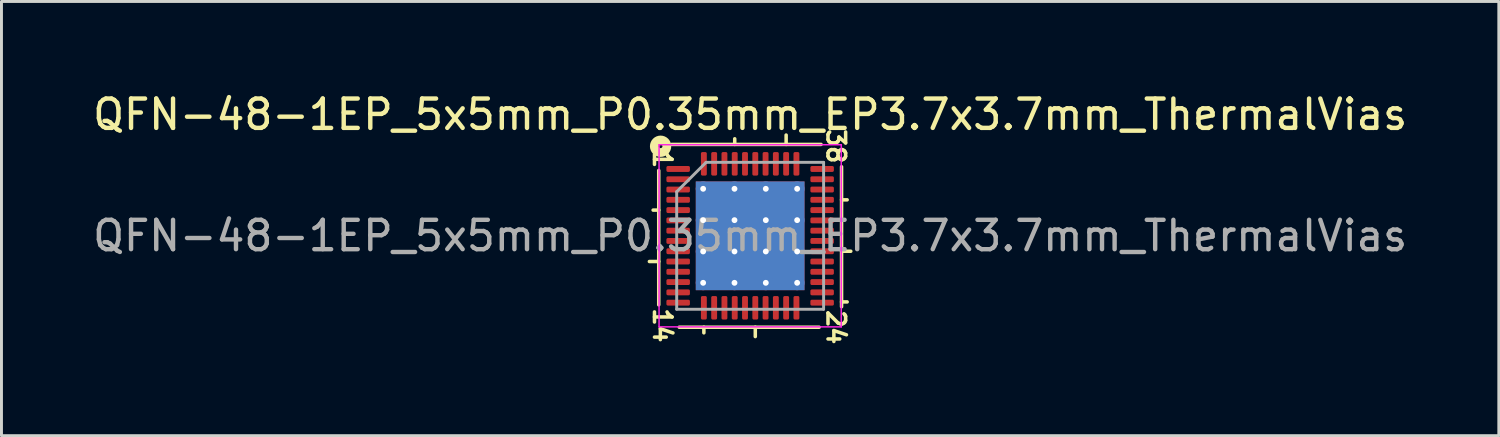
<source format=kicad_pcb>
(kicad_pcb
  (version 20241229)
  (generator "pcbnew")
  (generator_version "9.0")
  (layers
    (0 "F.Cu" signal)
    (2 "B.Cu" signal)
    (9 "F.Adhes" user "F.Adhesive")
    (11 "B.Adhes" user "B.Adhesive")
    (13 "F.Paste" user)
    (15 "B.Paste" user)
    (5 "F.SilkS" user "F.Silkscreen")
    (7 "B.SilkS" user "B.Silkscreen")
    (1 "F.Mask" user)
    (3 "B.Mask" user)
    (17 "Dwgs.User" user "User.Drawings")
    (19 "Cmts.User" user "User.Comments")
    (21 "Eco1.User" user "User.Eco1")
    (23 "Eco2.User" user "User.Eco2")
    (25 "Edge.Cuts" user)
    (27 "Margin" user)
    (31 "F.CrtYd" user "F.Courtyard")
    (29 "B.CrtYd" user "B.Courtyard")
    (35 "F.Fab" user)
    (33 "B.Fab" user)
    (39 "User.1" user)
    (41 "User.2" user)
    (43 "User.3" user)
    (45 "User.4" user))
  (footprint "QFN-48-1EP_5x5mm_P0.35mm_EP3.7x3.7mm_ThermalVias"
    (layer "F.Cu")
    (at 22.482 4.976)
    (property "Reference" "QFN-48-1EP_5x5mm_P0.35mm_EP3.7x3.7mm_ThermalVias" (at 0 -4.128 0) (layer "F.SilkS") (effects (font (size 1 1) (thickness 0.15))))
    (attr smd)
    (fp_line (start -3.111 -2.223) (end -3.111 2.349) (stroke (width 0.12) (type solid)) (layer "F.SilkS"))
    (fp_line (start -3.111 -0.875) (end -3.302 -0.875) (stroke (width 0.12) (type solid)) (layer "F.SilkS"))
    (fp_line (start -3.111 0.875) (end -3.429 0.875) (stroke (width 0.12) (type solid)) (layer "F.SilkS"))
    (fp_line (start -2.413 3.111) (end 2.349 3.111) (stroke (width 0.12) (type solid)) (layer "F.SilkS"))
    (fp_line (start -1.575 3.111) (end -1.575 3.302) (stroke (width 0.12) (type solid)) (layer "F.SilkS"))
    (fp_line (start -0.525 -3.111) (end -0.525 -3.302) (stroke (width 0.12) (type solid)) (layer "F.SilkS"))
    (fp_line (start 0.175 3.111) (end 0.175 3.429) (stroke (width 0.12) (type solid)) (layer "F.SilkS"))
    (fp_line (start 1.225 -3.111) (end 1.225 -3.429) (stroke (width 0.12) (type solid)) (layer "F.SilkS"))
    (fp_line (start 2.413 -3.111) (end -2.667 -3.111) (stroke (width 0.12) (type solid)) (layer "F.SilkS"))
    (fp_line (start 3.111 -1.225) (end 3.302 -1.225) (stroke (width 0.12) (type solid)) (layer "F.SilkS"))
    (fp_line (start 3.111 0.525) (end 3.425 0.525) (stroke (width 0.12) (type solid)) (layer "F.SilkS"))
    (fp_line (start 3.111 2.25) (end 3.302 2.25) (stroke (width 0.12) (type solid)) (layer "F.SilkS"))
    (fp_line (start 3.111 2.413) (end 3.111 -2.349) (stroke (width 0.12) (type solid)) (layer "F.SilkS"))
    (fp_circle (center -3.048 -3.048) (end -2.985 -3.048) (stroke (width 0.3) (type solid)) (fill no) (layer "F.SilkS"))
    (fp_line (start -3.1 -3.1) (end -3.1 3.1) (stroke (width 0.05) (type solid)) (layer "F.CrtYd"))
    (fp_line (start -3.1 3.1) (end 3.1 3.1) (stroke (width 0.05) (type solid)) (layer "F.CrtYd"))
    (fp_line (start 3.1 -3.1) (end -3.1 -3.1) (stroke (width 0.05) (type solid)) (layer "F.CrtYd"))
    (fp_line (start 3.1 3.1) (end 3.1 -3.1) (stroke (width 0.05) (type solid)) (layer "F.CrtYd"))
    (fp_line (start -2.5 -1.5) (end -1.5 -2.5) (stroke (width 0.1) (type solid)) (layer "F.Fab"))
    (fp_line (start -2.5 2.5) (end -2.5 -1.5) (stroke (width 0.1) (type solid)) (layer "F.Fab"))
    (fp_line (start -1.5 -2.5) (end 2.5 -2.5) (stroke (width 0.1) (type solid)) (layer "F.Fab"))
    (fp_line (start 2.5 -2.5) (end 2.5 2.5) (stroke (width 0.1) (type solid)) (layer "F.Fab"))
    (fp_line (start 2.5 2.5) (end -2.5 2.5) (stroke (width 0.1) (type solid)) (layer "F.Fab"))
    (fp_text user "14" (at -2.985 3.048 270) (unlocked yes) (layer "F.SilkS") (effects (font (size 0.6 0.6) (thickness 0.12))))
    (fp_text user "1" (at -2.985 -2.603 270) (unlocked yes) (layer "F.SilkS") (effects (font (size 0.6 0.6) (thickness 0.12))))
    (fp_text user "24" (at 2.921 3.111 270) (unlocked yes) (layer "F.SilkS") (effects (font (size 0.6 0.6) (thickness 0.12))))
    (fp_text user "38" (at 2.921 -3.048 270) (unlocked yes) (layer "F.SilkS") (effects (font (size 0.6 0.6) (thickness 0.12))))
    (fp_text user "${REFERENCE}" (at 0 0 0) (layer "F.Fab") (effects (font (size 1 1) (thickness 0.15))))
    (pad "" smd custom (at -1.067 -1.067) (size 0.834 0.834) (layers "F.Paste") (options (anchor circle)) (primitives (gr_poly (pts (xy 0.356 -0.256) (xy 0.356 0.256) (xy 0.256 0.356) (xy -0.256 0.356) (xy -0.356 0.256) (xy -0.356 -0.256) (xy -0.256 -0.356) (xy 0.256 -0.356)) (width 0.243) (fill yes))))
    (pad "" smd custom (at -1.067 0) (size 0.834 0.834) (layers "F.Paste") (options (anchor circle)) (primitives (gr_poly (pts (xy 0.356 -0.256) (xy 0.356 0.256) (xy 0.256 0.356) (xy -0.256 0.356) (xy -0.356 0.256) (xy -0.356 -0.256) (xy -0.256 -0.356) (xy 0.256 -0.356)) (width 0.243) (fill yes))))
    (pad "" smd custom (at -1.067 1.067) (size 0.834 0.834) (layers "F.Paste") (options (anchor circle)) (primitives (gr_poly (pts (xy 0.356 -0.256) (xy 0.356 0.256) (xy 0.256 0.356) (xy -0.256 0.356) (xy -0.356 0.256) (xy -0.356 -0.256) (xy -0.256 -0.356) (xy 0.256 -0.356)) (width 0.243) (fill yes))))
    (pad "" smd custom (at 0 -1.067) (size 0.834 0.834) (layers "F.Paste") (options (anchor circle)) (primitives (gr_poly (pts (xy 0.356 -0.256) (xy 0.356 0.256) (xy 0.256 0.356) (xy -0.256 0.356) (xy -0.356 0.256) (xy -0.356 -0.256) (xy -0.256 -0.356) (xy 0.256 -0.356)) (width 0.243) (fill yes))))
    (pad "" smd custom (at 0 0) (size 0.834 0.834) (layers "F.Paste") (options (anchor circle)) (primitives (gr_poly (pts (xy 0.356 -0.256) (xy 0.356 0.256) (xy 0.256 0.356) (xy -0.256 0.356) (xy -0.356 0.256) (xy -0.356 -0.256) (xy -0.256 -0.356) (xy 0.256 -0.356)) (width 0.243) (fill yes))))
    (pad "" smd custom (at 0 1.067) (size 0.834 0.834) (layers "F.Paste") (options (anchor circle)) (primitives (gr_poly (pts (xy 0.356 -0.256) (xy 0.356 0.256) (xy 0.256 0.356) (xy -0.256 0.356) (xy -0.356 0.256) (xy -0.356 -0.256) (xy -0.256 -0.356) (xy 0.256 -0.356)) (width 0.243) (fill yes))))
    (pad "" smd custom (at 1.067 -1.067) (size 0.834 0.834) (layers "F.Paste") (options (anchor circle)) (primitives (gr_poly (pts (xy 0.356 -0.256) (xy 0.356 0.256) (xy 0.256 0.356) (xy -0.256 0.356) (xy -0.356 0.256) (xy -0.356 -0.256) (xy -0.256 -0.356) (xy 0.256 -0.356)) (width 0.243) (fill yes))))
    (pad "" smd custom (at 1.067 0) (size 0.834 0.834) (layers "F.Paste") (options (anchor circle)) (primitives (gr_poly (pts (xy 0.356 -0.256) (xy 0.356 0.256) (xy 0.256 0.356) (xy -0.256 0.356) (xy -0.356 0.256) (xy -0.356 -0.256) (xy -0.256 -0.356) (xy 0.256 -0.356)) (width 0.243) (fill yes))))
    (pad "" smd custom (at 1.067 1.067) (size 0.834 0.834) (layers "F.Paste") (options (anchor circle)) (primitives (gr_poly (pts (xy 0.356 -0.256) (xy 0.356 0.256) (xy 0.256 0.356) (xy -0.256 0.356) (xy -0.356 0.256) (xy -0.356 -0.256) (xy -0.256 -0.356) (xy 0.256 -0.356)) (width 0.243) (fill yes))))
    (pad "1" smd roundrect (at -2.45 -2.275) (size 0.8 0.2) (layers "F.Cu" "F.Mask" "F.Paste") (roundrect_rratio 0.25))
    (pad "2" smd roundrect (at -2.45 -1.925) (size 0.8 0.2) (layers "F.Cu" "F.Mask" "F.Paste") (roundrect_rratio 0.25))
    (pad "3" smd roundrect (at -2.45 -1.575) (size 0.8 0.2) (layers "F.Cu" "F.Mask" "F.Paste") (roundrect_rratio 0.25))
    (pad "4" smd roundrect (at -2.45 -1.225) (size 0.8 0.2) (layers "F.Cu" "F.Mask" "F.Paste") (roundrect_rratio 0.25))
    (pad "5" smd roundrect (at -2.45 -0.875) (size 0.8 0.2) (layers "F.Cu" "F.Mask" "F.Paste") (roundrect_rratio 0.25))
    (pad "6" smd roundrect (at -2.45 -0.525) (size 0.8 0.2) (layers "F.Cu" "F.Mask" "F.Paste") (roundrect_rratio 0.25))
    (pad "7" smd roundrect (at -2.45 -0.175) (size 0.8 0.2) (layers "F.Cu" "F.Mask" "F.Paste") (roundrect_rratio 0.25))
    (pad "8" smd roundrect (at -2.45 0.175) (size 0.8 0.2) (layers "F.Cu" "F.Mask" "F.Paste") (roundrect_rratio 0.25))
    (pad "9" smd roundrect (at -2.45 0.525) (size 0.8 0.2) (layers "F.Cu" "F.Mask" "F.Paste") (roundrect_rratio 0.25))
    (pad "10" smd roundrect (at -2.45 0.875) (size 0.8 0.2) (layers "F.Cu" "F.Mask" "F.Paste") (roundrect_rratio 0.25))
    (pad "11" smd roundrect (at -2.45 1.225) (size 0.8 0.2) (layers "F.Cu" "F.Mask" "F.Paste") (roundrect_rratio 0.25))
    (pad "12" smd roundrect (at -2.45 1.575) (size 0.8 0.2) (layers "F.Cu" "F.Mask" "F.Paste") (roundrect_rratio 0.25))
    (pad "13" smd roundrect (at -2.45 1.925) (size 0.8 0.2) (layers "F.Cu" "F.Mask" "F.Paste") (roundrect_rratio 0.25))
    (pad "14" smd roundrect (at -2.45 2.275) (size 0.8 0.2) (layers "F.Cu" "F.Mask" "F.Paste") (roundrect_rratio 0.25))
    (pad "15" smd roundrect (at -1.575 2.45) (size 0.2 0.8) (layers "F.Cu" "F.Mask" "F.Paste") (roundrect_rratio 0.25))
    (pad "16" smd roundrect (at -1.225 2.45) (size 0.2 0.8) (layers "F.Cu" "F.Mask" "F.Paste") (roundrect_rratio 0.25))
    (pad "17" smd roundrect (at -0.875 2.45) (size 0.2 0.8) (layers "F.Cu" "F.Mask" "F.Paste") (roundrect_rratio 0.25))
    (pad "18" smd roundrect (at -0.525 2.45) (size 0.2 0.8) (layers "F.Cu" "F.Mask" "F.Paste") (roundrect_rratio 0.25))
    (pad "19" smd roundrect (at -0.175 2.45) (size 0.2 0.8) (layers "F.Cu" "F.Mask" "F.Paste") (roundrect_rratio 0.25))
    (pad "20" smd roundrect (at 0.175 2.45) (size 0.2 0.8) (layers "F.Cu" "F.Mask" "F.Paste") (roundrect_rratio 0.25))
    (pad "21" smd roundrect (at 0.525 2.45) (size 0.2 0.8) (layers "F.Cu" "F.Mask" "F.Paste") (roundrect_rratio 0.25))
    (pad "22" smd roundrect (at 0.875 2.45) (size 0.2 0.8) (layers "F.Cu" "F.Mask" "F.Paste") (roundrect_rratio 0.25))
    (pad "23" smd roundrect (at 1.225 2.45) (size 0.2 0.8) (layers "F.Cu" "F.Mask" "F.Paste") (roundrect_rratio 0.25))
    (pad "24" smd roundrect (at 1.575 2.45) (size 0.2 0.8) (layers "F.Cu" "F.Mask" "F.Paste") (roundrect_rratio 0.25))
    (pad "25" smd roundrect (at 2.45 2.275) (size 0.8 0.2) (layers "F.Cu" "F.Mask" "F.Paste") (roundrect_rratio 0.25))
    (pad "26" smd roundrect (at 2.45 1.925) (size 0.8 0.2) (layers "F.Cu" "F.Mask" "F.Paste") (roundrect_rratio 0.25))
    (pad "27" smd roundrect (at 2.45 1.575) (size 0.8 0.2) (layers "F.Cu" "F.Mask" "F.Paste") (roundrect_rratio 0.25))
    (pad "28" smd roundrect (at 2.45 1.225) (size 0.8 0.2) (layers "F.Cu" "F.Mask" "F.Paste") (roundrect_rratio 0.25))
    (pad "29" smd roundrect (at 2.45 0.875) (size 0.8 0.2) (layers "F.Cu" "F.Mask" "F.Paste") (roundrect_rratio 0.25))
    (pad "30" smd roundrect (at 2.45 0.525) (size 0.8 0.2) (layers "F.Cu" "F.Mask" "F.Paste") (roundrect_rratio 0.25))
    (pad "31" smd roundrect (at 2.45 0.175) (size 0.8 0.2) (layers "F.Cu" "F.Mask" "F.Paste") (roundrect_rratio 0.25))
    (pad "32" smd roundrect (at 2.45 -0.175) (size 0.8 0.2) (layers "F.Cu" "F.Mask" "F.Paste") (roundrect_rratio 0.25))
    (pad "33" smd roundrect (at 2.45 -0.525) (size 0.8 0.2) (layers "F.Cu" "F.Mask" "F.Paste") (roundrect_rratio 0.25))
    (pad "34" smd roundrect (at 2.45 -0.875) (size 0.8 0.2) (layers "F.Cu" "F.Mask" "F.Paste") (roundrect_rratio 0.25))
    (pad "35" smd roundrect (at 2.45 -1.225) (size 0.8 0.2) (layers "F.Cu" "F.Mask" "F.Paste") (roundrect_rratio 0.25))
    (pad "36" smd roundrect (at 2.45 -1.575) (size 0.8 0.2) (layers "F.Cu" "F.Mask" "F.Paste") (roundrect_rratio 0.25))
    (pad "37" smd roundrect (at 2.45 -1.925) (size 0.8 0.2) (layers "F.Cu" "F.Mask" "F.Paste") (roundrect_rratio 0.25))
    (pad "38" smd roundrect (at 2.45 -2.275) (size 0.8 0.2) (layers "F.Cu" "F.Mask" "F.Paste") (roundrect_rratio 0.25))
    (pad "39" smd roundrect (at 1.575 -2.45) (size 0.2 0.8) (layers "F.Cu" "F.Mask" "F.Paste") (roundrect_rratio 0.25))
    (pad "40" smd roundrect (at 1.225 -2.45) (size 0.2 0.8) (layers "F.Cu" "F.Mask" "F.Paste") (roundrect_rratio 0.25))
    (pad "41" smd roundrect (at 0.875 -2.45) (size 0.2 0.8) (layers "F.Cu" "F.Mask" "F.Paste") (roundrect_rratio 0.25))
    (pad "42" smd roundrect (at 0.525 -2.45) (size 0.2 0.8) (layers "F.Cu" "F.Mask" "F.Paste") (roundrect_rratio 0.25))
    (pad "43" smd roundrect (at 0.175 -2.45) (size 0.2 0.8) (layers "F.Cu" "F.Mask" "F.Paste") (roundrect_rratio 0.25))
    (pad "44" smd roundrect (at -0.175 -2.45) (size 0.2 0.8) (layers "F.Cu" "F.Mask" "F.Paste") (roundrect_rratio 0.25))
    (pad "45" smd roundrect (at -0.525 -2.45) (size 0.2 0.8) (layers "F.Cu" "F.Mask" "F.Paste") (roundrect_rratio 0.25))
    (pad "46" smd roundrect (at -0.875 -2.45) (size 0.2 0.8) (layers "F.Cu" "F.Mask" "F.Paste") (roundrect_rratio 0.25))
    (pad "47" smd roundrect (at -1.225 -2.45) (size 0.2 0.8) (layers "F.Cu" "F.Mask" "F.Paste") (roundrect_rratio 0.25))
    (pad "48" smd roundrect (at -1.575 -2.45) (size 0.2 0.8) (layers "F.Cu" "F.Mask" "F.Paste") (roundrect_rratio 0.25))
    (pad "49" thru_hole circle (at -1.6 -1.6) (size 0.5 0.5) (drill 0.2) (layers "*.Cu"))
    (pad "49" thru_hole circle (at -1.6 -0.533) (size 0.5 0.5) (drill 0.2) (layers "*.Cu"))
    (pad "49" thru_hole circle (at -1.6 0.533) (size 0.5 0.5) (drill 0.2) (layers "*.Cu"))
    (pad "49" thru_hole circle (at -1.6 1.6) (size 0.5 0.5) (drill 0.2) (layers "*.Cu"))
    (pad "49" thru_hole circle (at -0.533 -1.6) (size 0.5 0.5) (drill 0.2) (layers "*.Cu"))
    (pad "49" thru_hole circle (at -0.533 -0.533) (size 0.5 0.5) (drill 0.2) (layers "*.Cu"))
    (pad "49" thru_hole circle (at -0.533 0.533) (size 0.5 0.5) (drill 0.2) (layers "*.Cu"))
    (pad "49" thru_hole circle (at -0.533 1.6) (size 0.5 0.5) (drill 0.2) (layers "*.Cu"))
    (pad "49" smd rect (at 0 0) (size 3.7 3.7) (layers "F.Cu" "F.Mask"))
    (pad "49" smd rect (at 0 0) (size 3.7 3.7) (layers "B.Cu"))
    (pad "49" thru_hole circle (at 0.533 -1.6) (size 0.5 0.5) (drill 0.2) (layers "*.Cu"))
    (pad "49" thru_hole circle (at 0.533 -0.533) (size 0.5 0.5) (drill 0.2) (layers "*.Cu"))
    (pad "49" thru_hole circle (at 0.533 0.533) (size 0.5 0.5) (drill 0.2) (layers "*.Cu"))
    (pad "49" thru_hole circle (at 0.533 1.6) (size 0.5 0.5) (drill 0.2) (layers "*.Cu"))
    (pad "49" thru_hole circle (at 1.6 -1.6) (size 0.5 0.5) (drill 0.2) (layers "*.Cu"))
    (pad "49" thru_hole circle (at 1.6 -0.533) (size 0.5 0.5) (drill 0.2) (layers "*.Cu"))
    (pad "49" thru_hole circle (at 1.6 0.533) (size 0.5 0.5) (drill 0.2) (layers "*.Cu"))
    (pad "49" thru_hole circle (at 1.6 1.6) (size 0.5 0.5) (drill 0.2) (layers "*.Cu")))
  (gr_rect
    (start -3 -3)
    (end 47.964 11.779)
    (stroke (width 0.1) (type default))
    (fill no)
    (layer "Edge.Cuts")))
</source>
